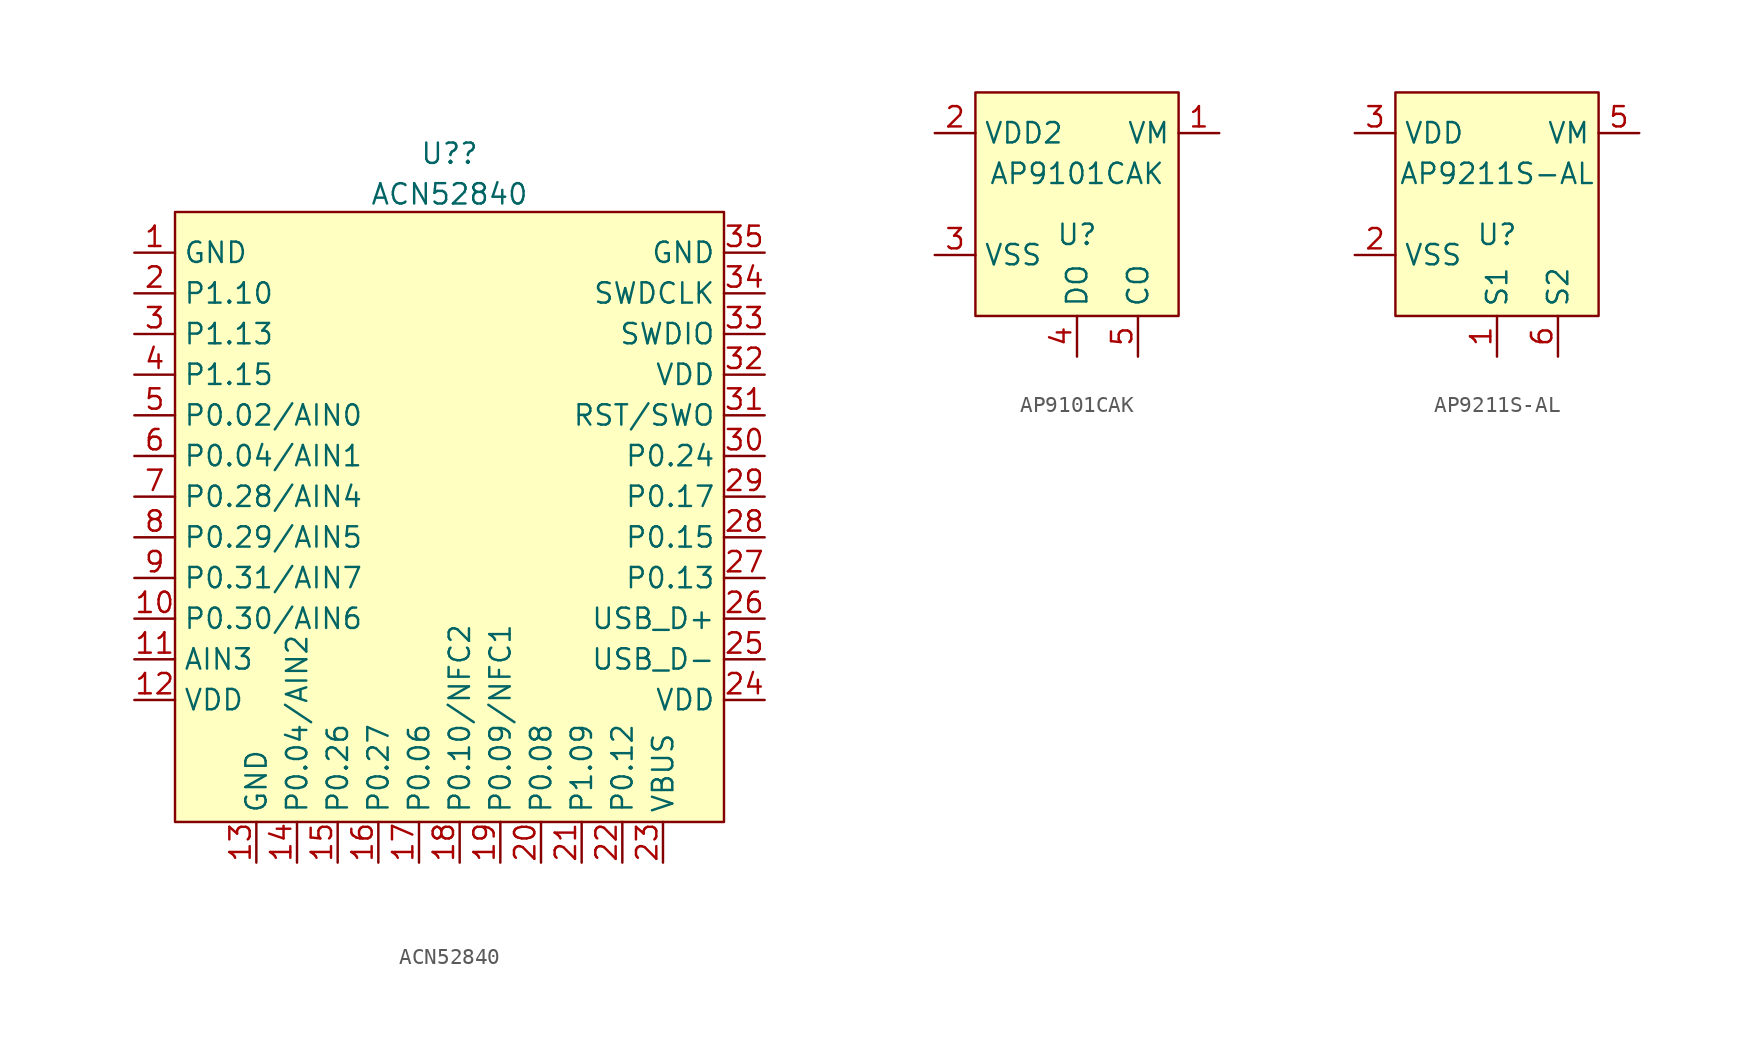
<source format=kicad_sym>
(kicad_symbol_lib
  (version 20211014)
  (generator kicad_symbol_editor)
  (symbol "ACN52840"
    (property "Reference" "U?"
      (at -0.635 36.669 0)
      (effects (font (size 1.27 1.27))))
    (property "Value" "ACN52840"
      (at -0.635 34.132 0)
      (effects (font (size 1.27 1.27))))
    (symbol "ACN52840_0_1"
      (rectangle (start -17.78 33.02) (end 16.51 -5.08) (stroke (width 0.152) (type default) (color 0 0 0 0)) (fill (type background))))
    (symbol "ACN52840_1_1"
      (pin power_in line (at -20.32 30.48 0) (length 2.54) (name "GND" (effects (font (size 1.27 1.27)))) (number "1" (effects (font (size 1.27 1.27)))))
      (pin bidirectional line (at -20.32 7.62 0) (length 2.54) (name "P0.30/AIN6" (effects (font (size 1.27 1.27)))) (number "10" (effects (font (size 1.27 1.27)))))
      (pin input line (at -20.32 5.08 0) (length 2.54) (name "AIN3" (effects (font (size 1.27 1.27)))) (number "11" (effects (font (size 1.27 1.27)))))
      (pin power_in line (at -20.32 2.54 0) (length 2.54) (name "VDD" (effects (font (size 1.27 1.27)))) (number "12" (effects (font (size 1.27 1.27)))))
      (pin power_in line (at -12.7 -7.62 90) (length 2.54) (name "GND" (effects (font (size 1.27 1.27)))) (number "13" (effects (font (size 1.27 1.27)))))
      (pin bidirectional line (at -10.16 -7.62 90) (length 2.54) (name "P0.04/AIN2" (effects (font (size 1.27 1.27)))) (number "14" (effects (font (size 1.27 1.27)))))
      (pin bidirectional line (at -7.62 -7.62 90) (length 2.54) (name "P0.26" (effects (font (size 1.27 1.27)))) (number "15" (effects (font (size 1.27 1.27)))))
      (pin bidirectional line (at -5.08 -7.62 90) (length 2.54) (name "P0.27" (effects (font (size 1.27 1.27)))) (number "16" (effects (font (size 1.27 1.27)))))
      (pin bidirectional line (at -2.54 -7.62 90) (length 2.54) (name "P0.06" (effects (font (size 1.27 1.27)))) (number "17" (effects (font (size 1.27 1.27)))))
      (pin bidirectional line (at 0 -7.62 90) (length 2.54) (name "P0.10/NFC2" (effects (font (size 1.27 1.27)))) (number "18" (effects (font (size 1.27 1.27)))))
      (pin bidirectional line (at 2.54 -7.62 90) (length 2.54) (name "P0.09/NFC1" (effects (font (size 1.27 1.27)))) (number "19" (effects (font (size 1.27 1.27)))))
      (pin bidirectional line (at -20.32 27.94 0) (length 2.54) (name "P1.10" (effects (font (size 1.27 1.27)))) (number "2" (effects (font (size 1.27 1.27)))))
      (pin bidirectional line (at 5.08 -7.62 90) (length 2.54) (name "P0.08" (effects (font (size 1.27 1.27)))) (number "20" (effects (font (size 1.27 1.27)))))
      (pin bidirectional line (at 7.62 -7.62 90) (length 2.54) (name "P1.09" (effects (font (size 1.27 1.27)))) (number "21" (effects (font (size 1.27 1.27)))))
      (pin bidirectional line (at 10.16 -7.62 90) (length 2.54) (name "P0.12" (effects (font (size 1.27 1.27)))) (number "22" (effects (font (size 1.27 1.27)))))
      (pin power_in line (at 12.7 -7.62 90) (length 2.54) (name "VBUS" (effects (font (size 1.27 1.27)))) (number "23" (effects (font (size 1.27 1.27)))))
      (pin power_in line (at 19.05 2.54 180) (length 2.54) (name "VDD" (effects (font (size 1.27 1.27)))) (number "24" (effects (font (size 1.27 1.27)))))
      (pin bidirectional line (at 19.05 5.08 180) (length 2.54) (name "USB_D-" (effects (font (size 1.27 1.27)))) (number "25" (effects (font (size 1.27 1.27)))))
      (pin bidirectional line (at 19.05 7.62 180) (length 2.54) (name "USB_D+" (effects (font (size 1.27 1.27)))) (number "26" (effects (font (size 1.27 1.27)))))
      (pin bidirectional line (at 19.05 10.16 180) (length 2.54) (name "P0.13" (effects (font (size 1.27 1.27)))) (number "27" (effects (font (size 1.27 1.27)))))
      (pin bidirectional line (at 19.05 12.7 180) (length 2.54) (name "P0.15" (effects (font (size 1.27 1.27)))) (number "28" (effects (font (size 1.27 1.27)))))
      (pin bidirectional line (at 19.05 15.24 180) (length 2.54) (name "P0.17" (effects (font (size 1.27 1.27)))) (number "29" (effects (font (size 1.27 1.27)))))
      (pin bidirectional line (at -20.32 25.4 0) (length 2.54) (name "P1.13" (effects (font (size 1.27 1.27)))) (number "3" (effects (font (size 1.27 1.27)))))
      (pin bidirectional line (at 19.05 17.78 180) (length 2.54) (name "P0.24" (effects (font (size 1.27 1.27)))) (number "30" (effects (font (size 1.27 1.27)))))
      (pin bidirectional line (at 19.05 20.32 180) (length 2.54) (name "RST/SWO" (effects (font (size 1.27 1.27)))) (number "31" (effects (font (size 1.27 1.27)))))
      (pin power_in line (at 19.05 22.86 180) (length 2.54) (name "VDD" (effects (font (size 1.27 1.27)))) (number "32" (effects (font (size 1.27 1.27)))))
      (pin bidirectional line (at 19.05 25.4 180) (length 2.54) (name "SWDIO" (effects (font (size 1.27 1.27)))) (number "33" (effects (font (size 1.27 1.27)))))
      (pin bidirectional line (at 19.05 27.94 180) (length 2.54) (name "SWDCLK" (effects (font (size 1.27 1.27)))) (number "34" (effects (font (size 1.27 1.27)))))
      (pin power_in line (at 19.05 30.48 180) (length 2.54) (name "GND" (effects (font (size 1.27 1.27)))) (number "35" (effects (font (size 1.27 1.27)))))
      (pin bidirectional line (at -20.32 22.86 0) (length 2.54) (name "P1.15" (effects (font (size 1.27 1.27)))) (number "4" (effects (font (size 1.27 1.27)))))
      (pin input line (at -20.32 20.32 0) (length 2.54) (name "P0.02/AIN0" (effects (font (size 1.27 1.27)))) (number "5" (effects (font (size 1.27 1.27)))))
      (pin input line (at -20.32 17.78 0) (length 2.54) (name "P0.04/AIN1" (effects (font (size 1.27 1.27)))) (number "6" (effects (font (size 1.27 1.27)))))
      (pin bidirectional line (at -20.32 15.24 0) (length 2.54) (name "P0.28/AIN4" (effects (font (size 1.27 1.27)))) (number "7" (effects (font (size 1.27 1.27)))))
      (pin bidirectional line (at -20.32 12.7 0) (length 2.54) (name "P0.29/AIN5" (effects (font (size 1.27 1.27)))) (number "8" (effects (font (size 1.27 1.27)))))
      (pin bidirectional line (at -20.32 10.16 0) (length 2.54) (name "P0.31/AIN7" (effects (font (size 1.27 1.27)))) (number "9" (effects (font (size 1.27 1.27)))))))
  (symbol "AP9101CAK"
    (property "Reference" "U"
      (at 0 0 0)
      (effects (font (size 1.27 1.27))))
    (property "Value" "AP9101CAK"
      (at 0 3.81 0)
      (effects (font (size 1.27 1.27))))
    (symbol "AP9101CAK_0_1"
      (rectangle (start -6.35 -5.08) (end 6.35 8.89) (stroke (width 0.152) (type default) (color 0 0 0 0)) (fill (type background))))
    (symbol "AP9101CAK_1_1"
      (pin input line (at 8.89 6.35 180) (length 2.54) (name "VM" (effects (font (size 1.27 1.27)))) (number "1" (effects (font (size 1.27 1.27)))))
      (pin input line (at -8.89 6.35 0) (length 2.54) (name "VDD2" (effects (font (size 1.27 1.27)))) (number "2" (effects (font (size 1.27 1.27)))))
      (pin input line (at -8.89 -1.27 0) (length 2.54) (name "VSS" (effects (font (size 1.27 1.27)))) (number "3" (effects (font (size 1.27 1.27)))))
      (pin input line (at 0 -7.62 90) (length 2.54) (name "DO" (effects (font (size 1.27 1.27)))) (number "4" (effects (font (size 1.27 1.27)))))
      (pin input line (at 3.81 -7.62 90) (length 2.54) (name "CO" (effects (font (size 1.27 1.27)))) (number "5" (effects (font (size 1.27 1.27)))))))
  (symbol "AP9211S-AL"
    (property "Reference" "U"
      (at 0 0 0)
      (effects (font (size 1.27 1.27))))
    (property "Value" "AP9211S-AL"
      (at 0 3.81 0)
      (effects (font (size 1.27 1.27))))
    (symbol "AP9211S-AL_0_1"
      (rectangle (start -6.35 -5.08) (end 6.35 8.89) (stroke (width 0.152) (type default) (color 0 0 0 0)) (fill (type background))))
    (symbol "AP9211S-AL_1_1"
      (pin power_in line (at 0 -7.62 90) (length 2.54) (name "S1" (effects (font (size 1.27 1.27)))) (number "1" (effects (font (size 1.27 1.27)))))
      (pin power_in line (at -8.89 -1.27 0) (length 2.54) (name "VSS" (effects (font (size 1.27 1.27)))) (number "2" (effects (font (size 1.27 1.27)))))
      (pin power_in line (at -8.89 6.35 0) (length 2.54) (name "VDD" (effects (font (size 1.27 1.27)))) (number "3" (effects (font (size 1.27 1.27)))))
      (pin bidirectional line (at 8.89 6.35 180) (length 2.54) (name "VM" (effects (font (size 1.27 1.27)))) (number "5" (effects (font (size 1.27 1.27)))))
      (pin power_in line (at 3.81 -7.62 90) (length 2.54) (name "S2" (effects (font (size 1.27 1.27)))) (number "6" (effects (font (size 1.27 1.27))))))))
</source>
